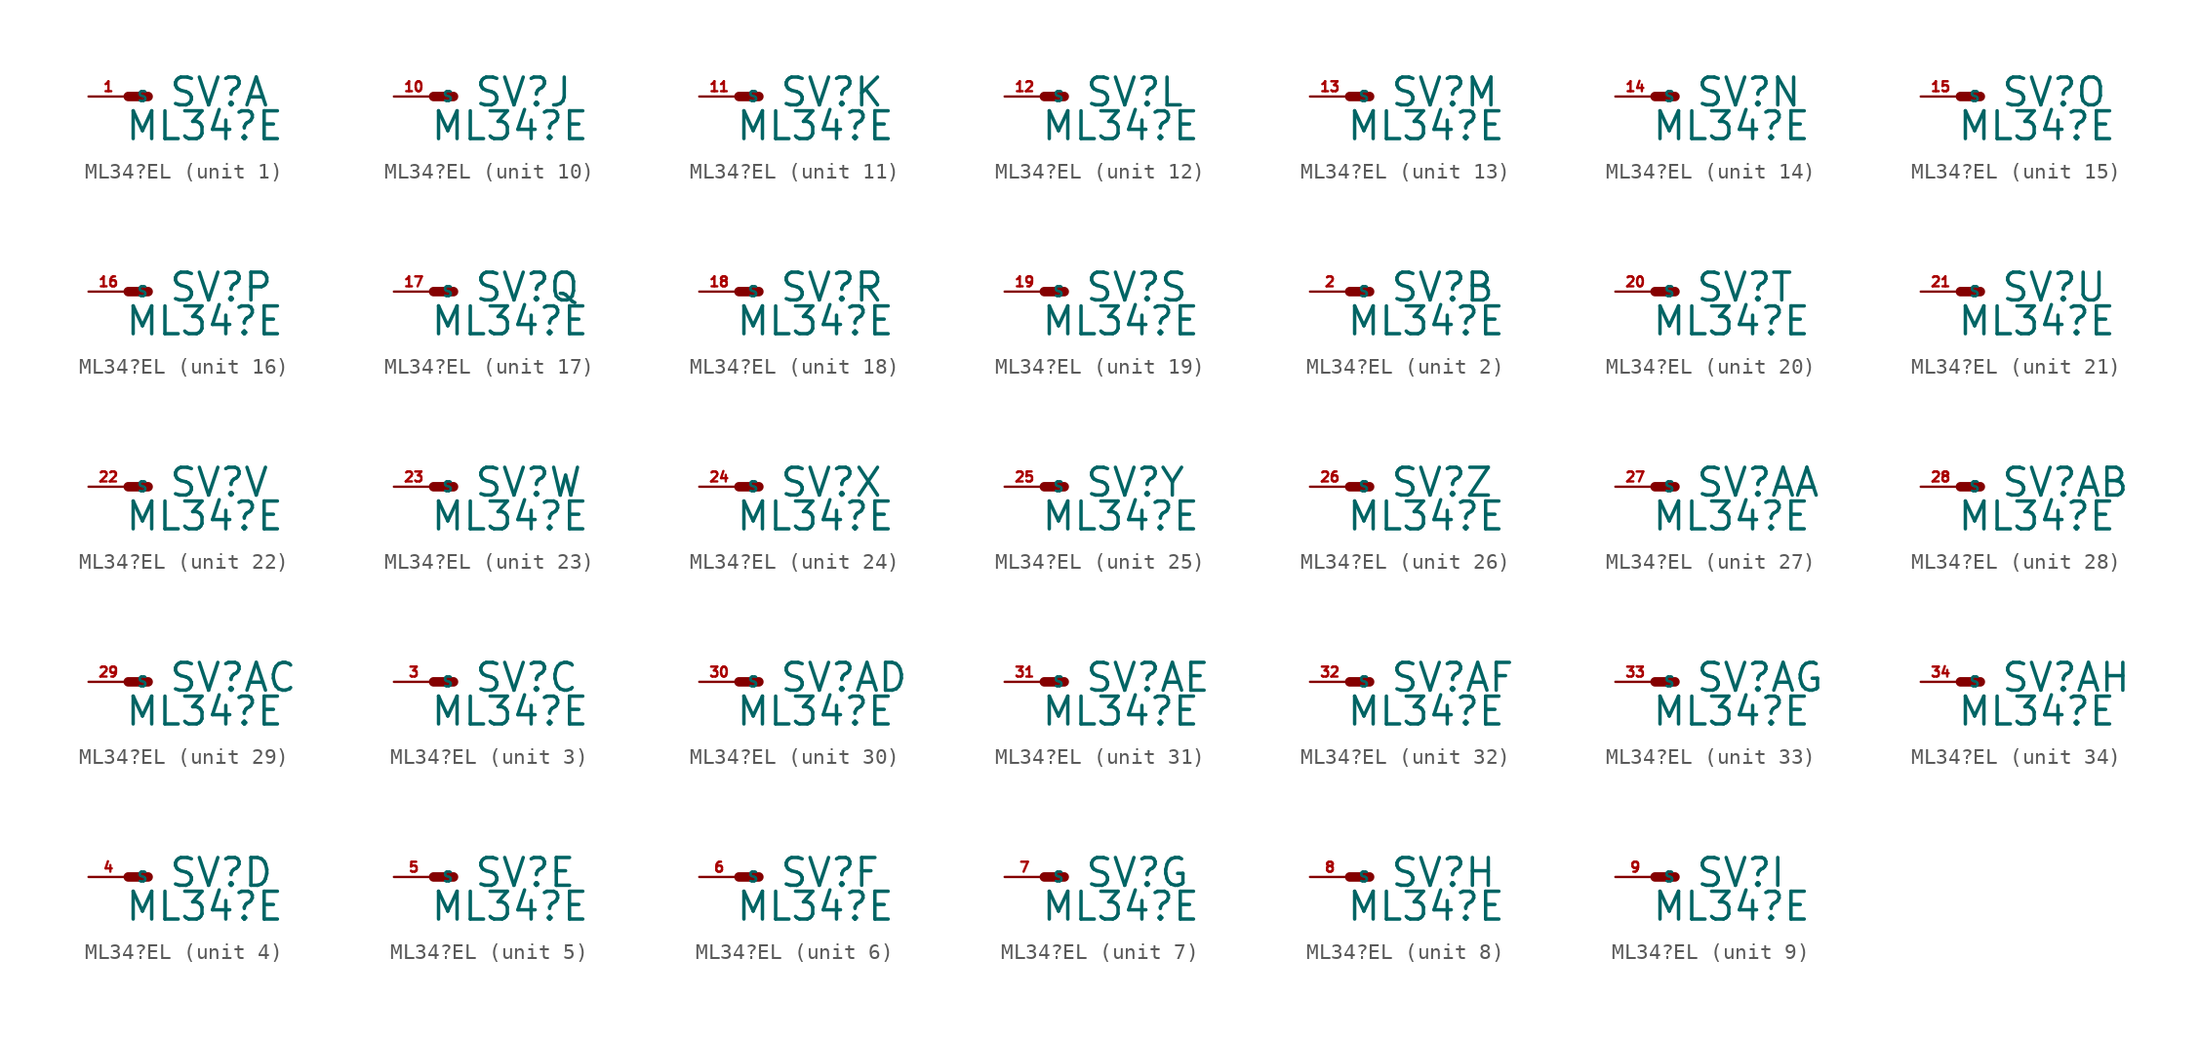
<source format=kicad_sym>
(kicad_symbol_lib
  (version 20220914)
  (generator Eagle2Kicad)
  (symbol "ML34?EL"
    (property "Reference" "SV"
      (at 2.54 -0.762 0)
      (effects (font (size 1.778 1.778) (thickness 0.22)) (justify left bottom)))
    (property "Value" "ML34?E"
      (at -0.254 -2.921 0)
      (effects (font (size 1.778 1.778) (thickness 0.22)) (justify left bottom)))
    (symbol "ML34?EL_1_0"
      (polyline (pts (xy 1.27 0) (xy 0 0)) (stroke (width 0.61) (type default)) (fill (type none)))
      (pin passive line (at -2.54 0 0) (length 2.54) (name "S" (effects (font (size 0.635 0.635) (thickness 0.08)) (justify left bottom))) (number "1" (effects (font (size 0.635 0.635) (thickness 0.08)) (justify left bottom)))))
    (symbol "ML34?EL_2_0"
      (polyline (pts (xy 1.27 0) (xy 0 0)) (stroke (width 0.61) (type default)) (fill (type none)))
      (pin passive line (at -2.54 0 0) (length 2.54) (name "S" (effects (font (size 0.635 0.635) (thickness 0.08)) (justify left bottom))) (number "2" (effects (font (size 0.635 0.635) (thickness 0.08)) (justify left bottom)))))
    (symbol "ML34?EL_3_0"
      (polyline (pts (xy 1.27 0) (xy 0 0)) (stroke (width 0.61) (type default)) (fill (type none)))
      (pin passive line (at -2.54 0 0) (length 2.54) (name "S" (effects (font (size 0.635 0.635) (thickness 0.08)) (justify left bottom))) (number "3" (effects (font (size 0.635 0.635) (thickness 0.08)) (justify left bottom)))))
    (symbol "ML34?EL_4_0"
      (polyline (pts (xy 1.27 0) (xy 0 0)) (stroke (width 0.61) (type default)) (fill (type none)))
      (pin passive line (at -2.54 0 0) (length 2.54) (name "S" (effects (font (size 0.635 0.635) (thickness 0.08)) (justify left bottom))) (number "4" (effects (font (size 0.635 0.635) (thickness 0.08)) (justify left bottom)))))
    (symbol "ML34?EL_5_0"
      (polyline (pts (xy 1.27 0) (xy 0 0)) (stroke (width 0.61) (type default)) (fill (type none)))
      (pin passive line (at -2.54 0 0) (length 2.54) (name "S" (effects (font (size 0.635 0.635) (thickness 0.08)) (justify left bottom))) (number "5" (effects (font (size 0.635 0.635) (thickness 0.08)) (justify left bottom)))))
    (symbol "ML34?EL_6_0"
      (polyline (pts (xy 1.27 0) (xy 0 0)) (stroke (width 0.61) (type default)) (fill (type none)))
      (pin passive line (at -2.54 0 0) (length 2.54) (name "S" (effects (font (size 0.635 0.635) (thickness 0.08)) (justify left bottom))) (number "6" (effects (font (size 0.635 0.635) (thickness 0.08)) (justify left bottom)))))
    (symbol "ML34?EL_7_0"
      (polyline (pts (xy 1.27 0) (xy 0 0)) (stroke (width 0.61) (type default)) (fill (type none)))
      (pin passive line (at -2.54 0 0) (length 2.54) (name "S" (effects (font (size 0.635 0.635) (thickness 0.08)) (justify left bottom))) (number "7" (effects (font (size 0.635 0.635) (thickness 0.08)) (justify left bottom)))))
    (symbol "ML34?EL_8_0"
      (polyline (pts (xy 1.27 0) (xy 0 0)) (stroke (width 0.61) (type default)) (fill (type none)))
      (pin passive line (at -2.54 0 0) (length 2.54) (name "S" (effects (font (size 0.635 0.635) (thickness 0.08)) (justify left bottom))) (number "8" (effects (font (size 0.635 0.635) (thickness 0.08)) (justify left bottom)))))
    (symbol "ML34?EL_9_0"
      (polyline (pts (xy 1.27 0) (xy 0 0)) (stroke (width 0.61) (type default)) (fill (type none)))
      (pin passive line (at -2.54 0 0) (length 2.54) (name "S" (effects (font (size 0.635 0.635) (thickness 0.08)) (justify left bottom))) (number "9" (effects (font (size 0.635 0.635) (thickness 0.08)) (justify left bottom)))))
    (symbol "ML34?EL_10_0"
      (polyline (pts (xy 1.27 0) (xy 0 0)) (stroke (width 0.61) (type default)) (fill (type none)))
      (pin passive line (at -2.54 0 0) (length 2.54) (name "S" (effects (font (size 0.635 0.635) (thickness 0.08)) (justify left bottom))) (number "10" (effects (font (size 0.635 0.635) (thickness 0.08)) (justify left bottom)))))
    (symbol "ML34?EL_11_0"
      (polyline (pts (xy 1.27 0) (xy 0 0)) (stroke (width 0.61) (type default)) (fill (type none)))
      (pin passive line (at -2.54 0 0) (length 2.54) (name "S" (effects (font (size 0.635 0.635) (thickness 0.08)) (justify left bottom))) (number "11" (effects (font (size 0.635 0.635) (thickness 0.08)) (justify left bottom)))))
    (symbol "ML34?EL_12_0"
      (polyline (pts (xy 1.27 0) (xy 0 0)) (stroke (width 0.61) (type default)) (fill (type none)))
      (pin passive line (at -2.54 0 0) (length 2.54) (name "S" (effects (font (size 0.635 0.635) (thickness 0.08)) (justify left bottom))) (number "12" (effects (font (size 0.635 0.635) (thickness 0.08)) (justify left bottom)))))
    (symbol "ML34?EL_13_0"
      (polyline (pts (xy 1.27 0) (xy 0 0)) (stroke (width 0.61) (type default)) (fill (type none)))
      (pin passive line (at -2.54 0 0) (length 2.54) (name "S" (effects (font (size 0.635 0.635) (thickness 0.08)) (justify left bottom))) (number "13" (effects (font (size 0.635 0.635) (thickness 0.08)) (justify left bottom)))))
    (symbol "ML34?EL_14_0"
      (polyline (pts (xy 1.27 0) (xy 0 0)) (stroke (width 0.61) (type default)) (fill (type none)))
      (pin passive line (at -2.54 0 0) (length 2.54) (name "S" (effects (font (size 0.635 0.635) (thickness 0.08)) (justify left bottom))) (number "14" (effects (font (size 0.635 0.635) (thickness 0.08)) (justify left bottom)))))
    (symbol "ML34?EL_15_0"
      (polyline (pts (xy 1.27 0) (xy 0 0)) (stroke (width 0.61) (type default)) (fill (type none)))
      (pin passive line (at -2.54 0 0) (length 2.54) (name "S" (effects (font (size 0.635 0.635) (thickness 0.08)) (justify left bottom))) (number "15" (effects (font (size 0.635 0.635) (thickness 0.08)) (justify left bottom)))))
    (symbol "ML34?EL_16_0"
      (polyline (pts (xy 1.27 0) (xy 0 0)) (stroke (width 0.61) (type default)) (fill (type none)))
      (pin passive line (at -2.54 0 0) (length 2.54) (name "S" (effects (font (size 0.635 0.635) (thickness 0.08)) (justify left bottom))) (number "16" (effects (font (size 0.635 0.635) (thickness 0.08)) (justify left bottom)))))
    (symbol "ML34?EL_17_0"
      (polyline (pts (xy 1.27 0) (xy 0 0)) (stroke (width 0.61) (type default)) (fill (type none)))
      (pin passive line (at -2.54 0 0) (length 2.54) (name "S" (effects (font (size 0.635 0.635) (thickness 0.08)) (justify left bottom))) (number "17" (effects (font (size 0.635 0.635) (thickness 0.08)) (justify left bottom)))))
    (symbol "ML34?EL_18_0"
      (polyline (pts (xy 1.27 0) (xy 0 0)) (stroke (width 0.61) (type default)) (fill (type none)))
      (pin passive line (at -2.54 0 0) (length 2.54) (name "S" (effects (font (size 0.635 0.635) (thickness 0.08)) (justify left bottom))) (number "18" (effects (font (size 0.635 0.635) (thickness 0.08)) (justify left bottom)))))
    (symbol "ML34?EL_19_0"
      (polyline (pts (xy 1.27 0) (xy 0 0)) (stroke (width 0.61) (type default)) (fill (type none)))
      (pin passive line (at -2.54 0 0) (length 2.54) (name "S" (effects (font (size 0.635 0.635) (thickness 0.08)) (justify left bottom))) (number "19" (effects (font (size 0.635 0.635) (thickness 0.08)) (justify left bottom)))))
    (symbol "ML34?EL_20_0"
      (polyline (pts (xy 1.27 0) (xy 0 0)) (stroke (width 0.61) (type default)) (fill (type none)))
      (pin passive line (at -2.54 0 0) (length 2.54) (name "S" (effects (font (size 0.635 0.635) (thickness 0.08)) (justify left bottom))) (number "20" (effects (font (size 0.635 0.635) (thickness 0.08)) (justify left bottom)))))
    (symbol "ML34?EL_21_0"
      (polyline (pts (xy 1.27 0) (xy 0 0)) (stroke (width 0.61) (type default)) (fill (type none)))
      (pin passive line (at -2.54 0 0) (length 2.54) (name "S" (effects (font (size 0.635 0.635) (thickness 0.08)) (justify left bottom))) (number "21" (effects (font (size 0.635 0.635) (thickness 0.08)) (justify left bottom)))))
    (symbol "ML34?EL_22_0"
      (polyline (pts (xy 1.27 0) (xy 0 0)) (stroke (width 0.61) (type default)) (fill (type none)))
      (pin passive line (at -2.54 0 0) (length 2.54) (name "S" (effects (font (size 0.635 0.635) (thickness 0.08)) (justify left bottom))) (number "22" (effects (font (size 0.635 0.635) (thickness 0.08)) (justify left bottom)))))
    (symbol "ML34?EL_23_0"
      (polyline (pts (xy 1.27 0) (xy 0 0)) (stroke (width 0.61) (type default)) (fill (type none)))
      (pin passive line (at -2.54 0 0) (length 2.54) (name "S" (effects (font (size 0.635 0.635) (thickness 0.08)) (justify left bottom))) (number "23" (effects (font (size 0.635 0.635) (thickness 0.08)) (justify left bottom)))))
    (symbol "ML34?EL_24_0"
      (polyline (pts (xy 1.27 0) (xy 0 0)) (stroke (width 0.61) (type default)) (fill (type none)))
      (pin passive line (at -2.54 0 0) (length 2.54) (name "S" (effects (font (size 0.635 0.635) (thickness 0.08)) (justify left bottom))) (number "24" (effects (font (size 0.635 0.635) (thickness 0.08)) (justify left bottom)))))
    (symbol "ML34?EL_25_0"
      (polyline (pts (xy 1.27 0) (xy 0 0)) (stroke (width 0.61) (type default)) (fill (type none)))
      (pin passive line (at -2.54 0 0) (length 2.54) (name "S" (effects (font (size 0.635 0.635) (thickness 0.08)) (justify left bottom))) (number "25" (effects (font (size 0.635 0.635) (thickness 0.08)) (justify left bottom)))))
    (symbol "ML34?EL_26_0"
      (polyline (pts (xy 1.27 0) (xy 0 0)) (stroke (width 0.61) (type default)) (fill (type none)))
      (pin passive line (at -2.54 0 0) (length 2.54) (name "S" (effects (font (size 0.635 0.635) (thickness 0.08)) (justify left bottom))) (number "26" (effects (font (size 0.635 0.635) (thickness 0.08)) (justify left bottom)))))
    (symbol "ML34?EL_27_0"
      (polyline (pts (xy 1.27 0) (xy 0 0)) (stroke (width 0.61) (type default)) (fill (type none)))
      (pin passive line (at -2.54 0 0) (length 2.54) (name "S" (effects (font (size 0.635 0.635) (thickness 0.08)) (justify left bottom))) (number "27" (effects (font (size 0.635 0.635) (thickness 0.08)) (justify left bottom)))))
    (symbol "ML34?EL_28_0"
      (polyline (pts (xy 1.27 0) (xy 0 0)) (stroke (width 0.61) (type default)) (fill (type none)))
      (pin passive line (at -2.54 0 0) (length 2.54) (name "S" (effects (font (size 0.635 0.635) (thickness 0.08)) (justify left bottom))) (number "28" (effects (font (size 0.635 0.635) (thickness 0.08)) (justify left bottom)))))
    (symbol "ML34?EL_29_0"
      (polyline (pts (xy 1.27 0) (xy 0 0)) (stroke (width 0.61) (type default)) (fill (type none)))
      (pin passive line (at -2.54 0 0) (length 2.54) (name "S" (effects (font (size 0.635 0.635) (thickness 0.08)) (justify left bottom))) (number "29" (effects (font (size 0.635 0.635) (thickness 0.08)) (justify left bottom)))))
    (symbol "ML34?EL_30_0"
      (polyline (pts (xy 1.27 0) (xy 0 0)) (stroke (width 0.61) (type default)) (fill (type none)))
      (pin passive line (at -2.54 0 0) (length 2.54) (name "S" (effects (font (size 0.635 0.635) (thickness 0.08)) (justify left bottom))) (number "30" (effects (font (size 0.635 0.635) (thickness 0.08)) (justify left bottom)))))
    (symbol "ML34?EL_31_0"
      (polyline (pts (xy 1.27 0) (xy 0 0)) (stroke (width 0.61) (type default)) (fill (type none)))
      (pin passive line (at -2.54 0 0) (length 2.54) (name "S" (effects (font (size 0.635 0.635) (thickness 0.08)) (justify left bottom))) (number "31" (effects (font (size 0.635 0.635) (thickness 0.08)) (justify left bottom)))))
    (symbol "ML34?EL_32_0"
      (polyline (pts (xy 1.27 0) (xy 0 0)) (stroke (width 0.61) (type default)) (fill (type none)))
      (pin passive line (at -2.54 0 0) (length 2.54) (name "S" (effects (font (size 0.635 0.635) (thickness 0.08)) (justify left bottom))) (number "32" (effects (font (size 0.635 0.635) (thickness 0.08)) (justify left bottom)))))
    (symbol "ML34?EL_33_0"
      (polyline (pts (xy 1.27 0) (xy 0 0)) (stroke (width 0.61) (type default)) (fill (type none)))
      (pin passive line (at -2.54 0 0) (length 2.54) (name "S" (effects (font (size 0.635 0.635) (thickness 0.08)) (justify left bottom))) (number "33" (effects (font (size 0.635 0.635) (thickness 0.08)) (justify left bottom)))))
    (symbol "ML34?EL_34_0"
      (polyline (pts (xy 1.27 0) (xy 0 0)) (stroke (width 0.61) (type default)) (fill (type none)))
      (pin passive line (at -2.54 0 0) (length 2.54) (name "S" (effects (font (size 0.635 0.635) (thickness 0.08)) (justify left bottom))) (number "34" (effects (font (size 0.635 0.635) (thickness 0.08)) (justify left bottom)))))))
</source>
